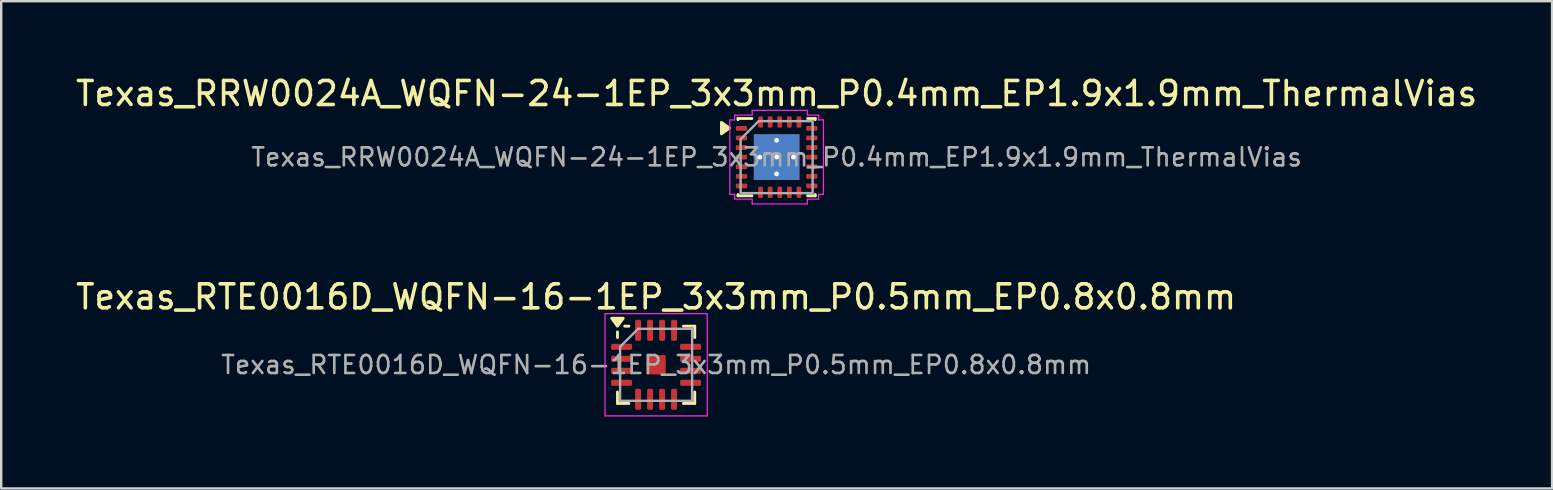
<source format=kicad_pcb>
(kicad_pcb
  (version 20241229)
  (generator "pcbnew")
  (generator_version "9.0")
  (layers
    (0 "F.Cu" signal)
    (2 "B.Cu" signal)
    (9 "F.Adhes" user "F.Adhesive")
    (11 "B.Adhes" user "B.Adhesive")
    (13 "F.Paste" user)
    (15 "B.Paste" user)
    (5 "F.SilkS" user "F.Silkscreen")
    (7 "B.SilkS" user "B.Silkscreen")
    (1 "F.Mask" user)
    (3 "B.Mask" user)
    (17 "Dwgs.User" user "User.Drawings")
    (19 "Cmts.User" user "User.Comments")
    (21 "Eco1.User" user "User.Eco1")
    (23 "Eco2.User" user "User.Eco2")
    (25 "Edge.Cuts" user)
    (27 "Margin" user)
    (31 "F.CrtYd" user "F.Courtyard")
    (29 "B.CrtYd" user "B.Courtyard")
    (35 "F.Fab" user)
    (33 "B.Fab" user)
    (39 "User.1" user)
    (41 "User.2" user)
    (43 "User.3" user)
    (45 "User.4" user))
  (footprint "Texas_RRW0024A_WQFN-24-1EP_3x3mm_P0.4mm_EP1.9x1.9mm_ThermalVias"
    (layer "F.Cu")
    (at 29.315 3.498)
    (property "Reference" "Texas_RRW0024A_WQFN-24-1EP_3x3mm_P0.4mm_EP1.9x1.9mm_ThermalVias" (at 0 -2.65 0) (layer "F.SilkS") (effects (font (size 1 1) (thickness 0.15))))
    (attr smd)
    (fp_line (start -1.61 -1.61) (end -1.03 -1.61) (stroke (width 0.12) (type solid)) (layer "F.SilkS"))
    (fp_line (start -1.61 -1.56) (end -1.61 -1.61) (stroke (width 0.12) (type solid)) (layer "F.SilkS"))
    (fp_line (start -1.61 1.61) (end -1.61 1.56) (stroke (width 0.12) (type solid)) (layer "F.SilkS"))
    (fp_line (start -1.03 1.61) (end -1.61 1.61) (stroke (width 0.12) (type solid)) (layer "F.SilkS"))
    (fp_line (start 1.29 -1.61) (end 1.61 -1.61) (stroke (width 0.12) (type solid)) (layer "F.SilkS"))
    (fp_line (start 1.61 -1.61) (end 1.61 -1.56) (stroke (width 0.12) (type solid)) (layer "F.SilkS"))
    (fp_line (start 1.61 1.56) (end 1.61 1.61) (stroke (width 0.12) (type solid)) (layer "F.SilkS"))
    (fp_line (start 1.61 1.61) (end 1.29 1.61) (stroke (width 0.12) (type solid)) (layer "F.SilkS"))
    (fp_poly (pts (xy -1.97 -1.21) (xy -2.3 -0.97) (xy -2.3 -1.45)) (stroke (width 0.12) (type solid)) (fill yes) (layer "F.SilkS"))
    (fp_line (start -1.95 -1.55) (end -1.75 -1.55) (stroke (width 0.05) (type solid)) (layer "F.CrtYd"))
    (fp_line (start -1.95 1.55) (end -1.95 -1.55) (stroke (width 0.05) (type solid)) (layer "F.CrtYd"))
    (fp_line (start -1.75 -1.75) (end -1.02 -1.75) (stroke (width 0.05) (type solid)) (layer "F.CrtYd"))
    (fp_line (start -1.75 -1.55) (end -1.75 -1.75) (stroke (width 0.05) (type solid)) (layer "F.CrtYd"))
    (fp_line (start -1.75 1.55) (end -1.95 1.55) (stroke (width 0.05) (type solid)) (layer "F.CrtYd"))
    (fp_line (start -1.75 1.75) (end -1.75 1.55) (stroke (width 0.05) (type solid)) (layer "F.CrtYd"))
    (fp_line (start -1.02 -1.95) (end 1.28 -1.95) (stroke (width 0.05) (type solid)) (layer "F.CrtYd"))
    (fp_line (start -1.02 -1.75) (end -1.02 -1.95) (stroke (width 0.05) (type solid)) (layer "F.CrtYd"))
    (fp_line (start -1.02 1.75) (end -1.75 1.75) (stroke (width 0.05) (type solid)) (layer "F.CrtYd"))
    (fp_line (start -1.02 1.95) (end -1.02 1.75) (stroke (width 0.05) (type solid)) (layer "F.CrtYd"))
    (fp_line (start 1.28 -1.95) (end 1.28 -1.75) (stroke (width 0.05) (type solid)) (layer "F.CrtYd"))
    (fp_line (start 1.28 -1.75) (end 1.75 -1.75) (stroke (width 0.05) (type solid)) (layer "F.CrtYd"))
    (fp_line (start 1.28 1.75) (end 1.28 1.95) (stroke (width 0.05) (type solid)) (layer "F.CrtYd"))
    (fp_line (start 1.28 1.95) (end -1.02 1.95) (stroke (width 0.05) (type solid)) (layer "F.CrtYd"))
    (fp_line (start 1.75 -1.75) (end 1.75 -1.55) (stroke (width 0.05) (type solid)) (layer "F.CrtYd"))
    (fp_line (start 1.75 -1.55) (end 1.95 -1.55) (stroke (width 0.05) (type solid)) (layer "F.CrtYd"))
    (fp_line (start 1.75 1.55) (end 1.75 1.75) (stroke (width 0.05) (type solid)) (layer "F.CrtYd"))
    (fp_line (start 1.75 1.75) (end 1.28 1.75) (stroke (width 0.05) (type solid)) (layer "F.CrtYd"))
    (fp_line (start 1.95 -1.55) (end 1.95 1.55) (stroke (width 0.05) (type solid)) (layer "F.CrtYd"))
    (fp_line (start 1.95 1.55) (end 1.75 1.55) (stroke (width 0.05) (type solid)) (layer "F.CrtYd"))
    (fp_poly (pts (xy -0.75 -1.5) (xy 1.5 -1.5) (xy 1.5 1.5) (xy -1.5 1.5) (xy -1.5 -0.75)) (stroke (width 0.1) (type solid)) (fill no) (layer "F.Fab"))
    (fp_text user "${REFERENCE}" (at 0 0 0) (layer "F.Fab") (effects (font (size 0.75 0.75) (thickness 0.11))))
    (pad "" smd roundrect (at -0.475 -0.475) (size 0.77 0.77) (layers "F.Paste") (roundrect_rratio 0.25))
    (pad "" smd roundrect (at -0.475 0.475) (size 0.77 0.77) (layers "F.Paste") (roundrect_rratio 0.25))
    (pad "" smd roundrect (at 0.475 -0.475) (size 0.77 0.77) (layers "F.Paste") (roundrect_rratio 0.25))
    (pad "" smd roundrect (at 0.475 0.475) (size 0.77 0.77) (layers "F.Paste") (roundrect_rratio 0.25))
    (pad "1" smd roundrect (at -1.465 -1.2) (size 0.47 0.2) (layers "F.Cu" "F.Mask" "F.Paste") (roundrect_rratio 0.25))
    (pad "2" smd roundrect (at -1.465 -0.8) (size 0.47 0.2) (layers "F.Cu" "F.Mask" "F.Paste") (roundrect_rratio 0.25))
    (pad "3" smd roundrect (at -1.465 -0.4) (size 0.47 0.2) (layers "F.Cu" "F.Mask" "F.Paste") (roundrect_rratio 0.25))
    (pad "4" smd roundrect (at -1.465 0) (size 0.47 0.2) (layers "F.Cu" "F.Mask" "F.Paste") (roundrect_rratio 0.25))
    (pad "5" smd roundrect (at -1.465 0.4) (size 0.47 0.2) (layers "F.Cu" "F.Mask" "F.Paste") (roundrect_rratio 0.25))
    (pad "6" smd roundrect (at -1.465 0.8) (size 0.47 0.2) (layers "F.Cu" "F.Mask" "F.Paste") (roundrect_rratio 0.25))
    (pad "7" smd roundrect (at -1.465 1.2) (size 0.47 0.2) (layers "F.Cu" "F.Mask" "F.Paste") (roundrect_rratio 0.25))
    (pad "8" smd roundrect (at -0.67 1.465) (size 0.2 0.47) (layers "F.Cu" "F.Mask" "F.Paste") (roundrect_rratio 0.25))
    (pad "9" smd roundrect (at -0.27 1.465) (size 0.2 0.47) (layers "F.Cu" "F.Mask" "F.Paste") (roundrect_rratio 0.25))
    (pad "10" smd roundrect (at 0.13 1.465) (size 0.2 0.47) (layers "F.Cu" "F.Mask" "F.Paste") (roundrect_rratio 0.25))
    (pad "11" smd roundrect (at 0.53 1.465) (size 0.2 0.47) (layers "F.Cu" "F.Mask" "F.Paste") (roundrect_rratio 0.25))
    (pad "12" smd roundrect (at 0.93 1.465) (size 0.2 0.47) (layers "F.Cu" "F.Mask" "F.Paste") (roundrect_rratio 0.25))
    (pad "13" smd roundrect (at 1.465 1.2) (size 0.47 0.2) (layers "F.Cu" "F.Mask" "F.Paste") (roundrect_rratio 0.25))
    (pad "14" smd roundrect (at 1.465 0.8) (size 0.47 0.2) (layers "F.Cu" "F.Mask" "F.Paste") (roundrect_rratio 0.25))
    (pad "15" smd roundrect (at 1.465 0.4) (size 0.47 0.2) (layers "F.Cu" "F.Mask" "F.Paste") (roundrect_rratio 0.25))
    (pad "16" smd roundrect (at 1.465 0) (size 0.47 0.2) (layers "F.Cu" "F.Mask" "F.Paste") (roundrect_rratio 0.25))
    (pad "17" smd roundrect (at 1.465 -0.4) (size 0.47 0.2) (layers "F.Cu" "F.Mask" "F.Paste") (roundrect_rratio 0.25))
    (pad "18" smd roundrect (at 1.465 -0.8) (size 0.47 0.2) (layers "F.Cu" "F.Mask" "F.Paste") (roundrect_rratio 0.25))
    (pad "19" smd roundrect (at 1.465 -1.2) (size 0.47 0.2) (layers "F.Cu" "F.Mask" "F.Paste") (roundrect_rratio 0.25))
    (pad "20" smd roundrect (at 0.93 -1.465) (size 0.2 0.47) (layers "F.Cu" "F.Mask" "F.Paste") (roundrect_rratio 0.25))
    (pad "21" smd roundrect (at 0.53 -1.465) (size 0.2 0.47) (layers "F.Cu" "F.Mask" "F.Paste") (roundrect_rratio 0.25))
    (pad "22" smd roundrect (at 0.13 -1.465) (size 0.2 0.47) (layers "F.Cu" "F.Mask" "F.Paste") (roundrect_rratio 0.25))
    (pad "23" smd roundrect (at -0.27 -1.465) (size 0.2 0.47) (layers "F.Cu" "F.Mask" "F.Paste") (roundrect_rratio 0.25))
    (pad "24" smd roundrect (at -0.67 -1.465) (size 0.2 0.47) (layers "F.Cu" "F.Mask" "F.Paste") (roundrect_rratio 0.25))
    (pad "25" thru_hole circle (at -0.7 0) (size 0.5 0.5) (drill 0.2) (property pad_prop_heatsink) (layers "*.Cu"))
    (pad "25" thru_hole circle (at 0 -0.7) (size 0.5 0.5) (drill 0.2) (property pad_prop_heatsink) (layers "*.Cu"))
    (pad "25" thru_hole circle (at 0 0) (size 0.5 0.5) (drill 0.2) (property pad_prop_heatsink) (layers "*.Cu"))
    (pad "25" smd rect (at 0 0) (size 1.9 1.9) (property pad_prop_heatsink) (layers "F.Cu" "F.Mask"))
    (pad "25" smd rect (at 0 0) (size 1.9 1.9) (property pad_prop_heatsink) (layers "B.Cu"))
    (pad "25" thru_hole circle (at 0 0.7) (size 0.5 0.5) (drill 0.2) (property pad_prop_heatsink) (layers "*.Cu"))
    (pad "25" thru_hole circle (at 0.7 0) (size 0.5 0.5) (drill 0.2) (property pad_prop_heatsink) (layers "*.Cu")))
  (footprint "Texas_RTE0016D_WQFN-16-1EP_3x3mm_P0.5mm_EP0.8x0.8mm"
    (layer "F.Cu")
    (at 24.292 12.152)
    (property "Reference" "Texas_RTE0016D_WQFN-16-1EP_3x3mm_P0.5mm_EP0.8x0.8mm" (at 0 -2.83 0) (layer "F.SilkS") (effects (font (size 1 1) (thickness 0.15))))
    (attr smd)
    (fp_line (start -1.61 -1.135) (end -1.61 -1.37) (stroke (width 0.12) (type solid)) (layer "F.SilkS"))
    (fp_line (start -1.61 1.61) (end -1.61 1.135) (stroke (width 0.12) (type solid)) (layer "F.SilkS"))
    (fp_line (start -1.135 -1.61) (end -1.31 -1.61) (stroke (width 0.12) (type solid)) (layer "F.SilkS"))
    (fp_line (start -1.135 1.61) (end -1.61 1.61) (stroke (width 0.12) (type solid)) (layer "F.SilkS"))
    (fp_line (start 1.135 -1.61) (end 1.61 -1.61) (stroke (width 0.12) (type solid)) (layer "F.SilkS"))
    (fp_line (start 1.135 1.61) (end 1.61 1.61) (stroke (width 0.12) (type solid)) (layer "F.SilkS"))
    (fp_line (start 1.61 -1.61) (end 1.61 -1.135) (stroke (width 0.12) (type solid)) (layer "F.SilkS"))
    (fp_line (start 1.61 1.61) (end 1.61 1.135) (stroke (width 0.12) (type solid)) (layer "F.SilkS"))
    (fp_poly (pts (xy -1.61 -1.61) (xy -1.85 -1.94) (xy -1.37 -1.94) (xy -1.61 -1.61)) (stroke (width 0.12) (type solid)) (fill yes) (layer "F.SilkS"))
    (fp_line (start -2.13 -2.13) (end -2.13 2.13) (stroke (width 0.05) (type solid)) (layer "F.CrtYd"))
    (fp_line (start -2.13 2.13) (end 2.13 2.13) (stroke (width 0.05) (type solid)) (layer "F.CrtYd"))
    (fp_line (start 2.13 -2.13) (end -2.13 -2.13) (stroke (width 0.05) (type solid)) (layer "F.CrtYd"))
    (fp_line (start 2.13 2.13) (end 2.13 -2.13) (stroke (width 0.05) (type solid)) (layer "F.CrtYd"))
    (fp_line (start -1.5 -0.75) (end -0.75 -1.5) (stroke (width 0.1) (type solid)) (layer "F.Fab"))
    (fp_line (start -1.5 1.5) (end -1.5 -0.75) (stroke (width 0.1) (type solid)) (layer "F.Fab"))
    (fp_line (start -0.75 -1.5) (end 1.5 -1.5) (stroke (width 0.1) (type solid)) (layer "F.Fab"))
    (fp_line (start 1.5 -1.5) (end 1.5 1.5) (stroke (width 0.1) (type solid)) (layer "F.Fab"))
    (fp_line (start 1.5 1.5) (end -1.5 1.5) (stroke (width 0.1) (type solid)) (layer "F.Fab"))
    (fp_text user "${REFERENCE}" (at 0 0 0) (layer "F.Fab") (effects (font (size 0.75 0.75) (thickness 0.11))))
    (pad "" smd roundrect (at -0.2 -0.2) (size 0.32 0.32) (layers "F.Paste") (roundrect_rratio 0.25))
    (pad "" smd roundrect (at -0.2 0.2) (size 0.32 0.32) (layers "F.Paste") (roundrect_rratio 0.25))
    (pad "" smd roundrect (at 0.2 -0.2) (size 0.32 0.32) (layers "F.Paste") (roundrect_rratio 0.25))
    (pad "" smd roundrect (at 0.2 0.2) (size 0.32 0.32) (layers "F.Paste") (roundrect_rratio 0.25))
    (pad "1" smd roundrect (at -1.438 -0.75) (size 0.875 0.25) (layers "F.Cu" "F.Mask" "F.Paste") (roundrect_rratio 0.25))
    (pad "2" smd roundrect (at -1.438 -0.25) (size 0.875 0.25) (layers "F.Cu" "F.Mask" "F.Paste") (roundrect_rratio 0.25))
    (pad "3" smd roundrect (at -1.438 0.25) (size 0.875 0.25) (layers "F.Cu" "F.Mask" "F.Paste") (roundrect_rratio 0.25))
    (pad "4" smd roundrect (at -1.438 0.75) (size 0.875 0.25) (layers "F.Cu" "F.Mask" "F.Paste") (roundrect_rratio 0.25))
    (pad "5" smd roundrect (at -0.75 1.438) (size 0.25 0.875) (layers "F.Cu" "F.Mask" "F.Paste") (roundrect_rratio 0.25))
    (pad "6" smd roundrect (at -0.25 1.438) (size 0.25 0.875) (layers "F.Cu" "F.Mask" "F.Paste") (roundrect_rratio 0.25))
    (pad "7" smd roundrect (at 0.25 1.438) (size 0.25 0.875) (layers "F.Cu" "F.Mask" "F.Paste") (roundrect_rratio 0.25))
    (pad "8" smd roundrect (at 0.75 1.438) (size 0.25 0.875) (layers "F.Cu" "F.Mask" "F.Paste") (roundrect_rratio 0.25))
    (pad "9" smd roundrect (at 1.438 0.75) (size 0.875 0.25) (layers "F.Cu" "F.Mask" "F.Paste") (roundrect_rratio 0.25))
    (pad "10" smd roundrect (at 1.438 0.25) (size 0.875 0.25) (layers "F.Cu" "F.Mask" "F.Paste") (roundrect_rratio 0.25))
    (pad "11" smd roundrect (at 1.438 -0.25) (size 0.875 0.25) (layers "F.Cu" "F.Mask" "F.Paste") (roundrect_rratio 0.25))
    (pad "12" smd roundrect (at 1.438 -0.75) (size 0.875 0.25) (layers "F.Cu" "F.Mask" "F.Paste") (roundrect_rratio 0.25))
    (pad "13" smd roundrect (at 0.75 -1.438) (size 0.25 0.875) (layers "F.Cu" "F.Mask" "F.Paste") (roundrect_rratio 0.25))
    (pad "14" smd roundrect (at 0.25 -1.438) (size 0.25 0.875) (layers "F.Cu" "F.Mask" "F.Paste") (roundrect_rratio 0.25))
    (pad "15" smd roundrect (at -0.25 -1.438) (size 0.25 0.875) (layers "F.Cu" "F.Mask" "F.Paste") (roundrect_rratio 0.25))
    (pad "16" smd roundrect (at -0.75 -1.438) (size 0.25 0.875) (layers "F.Cu" "F.Mask" "F.Paste") (roundrect_rratio 0.25))
    (pad "17" smd rect (at 0 0) (size 0.8 0.8) (property pad_prop_heatsink) (layers "F.Cu" "F.Mask")))
  (gr_rect
    (start -3 -3)
    (end 61.631 17.306)
    (stroke (width 0.1) (type default))
    (fill no)
    (layer "Edge.Cuts")))
</source>
